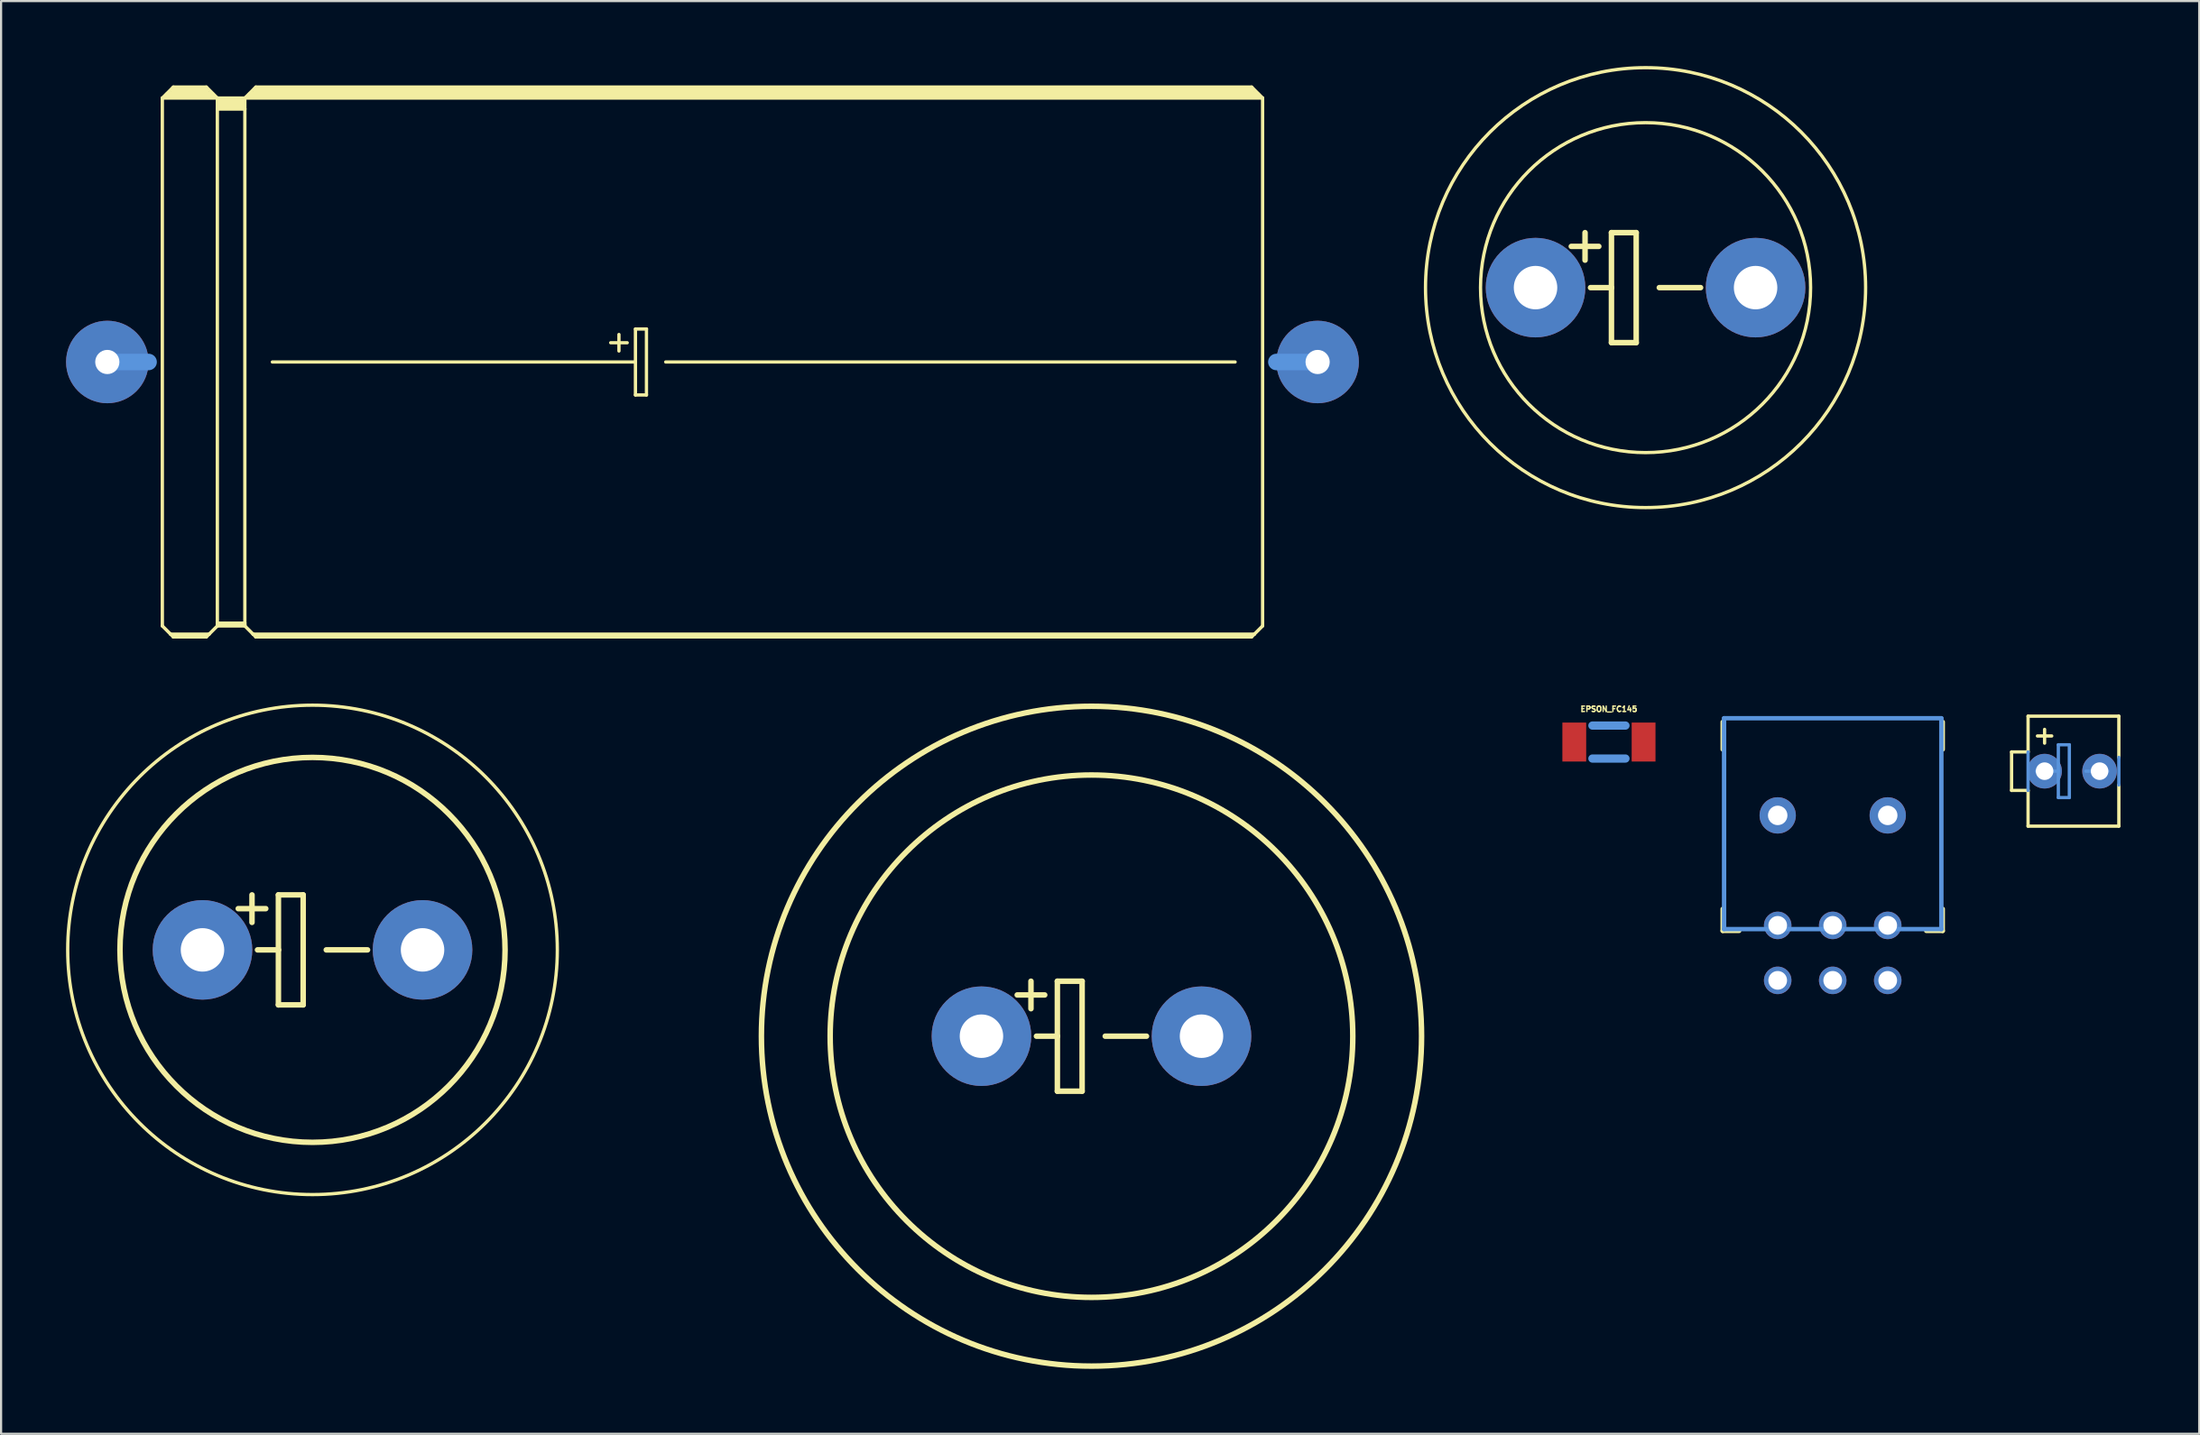
<source format=kicad_pcb>
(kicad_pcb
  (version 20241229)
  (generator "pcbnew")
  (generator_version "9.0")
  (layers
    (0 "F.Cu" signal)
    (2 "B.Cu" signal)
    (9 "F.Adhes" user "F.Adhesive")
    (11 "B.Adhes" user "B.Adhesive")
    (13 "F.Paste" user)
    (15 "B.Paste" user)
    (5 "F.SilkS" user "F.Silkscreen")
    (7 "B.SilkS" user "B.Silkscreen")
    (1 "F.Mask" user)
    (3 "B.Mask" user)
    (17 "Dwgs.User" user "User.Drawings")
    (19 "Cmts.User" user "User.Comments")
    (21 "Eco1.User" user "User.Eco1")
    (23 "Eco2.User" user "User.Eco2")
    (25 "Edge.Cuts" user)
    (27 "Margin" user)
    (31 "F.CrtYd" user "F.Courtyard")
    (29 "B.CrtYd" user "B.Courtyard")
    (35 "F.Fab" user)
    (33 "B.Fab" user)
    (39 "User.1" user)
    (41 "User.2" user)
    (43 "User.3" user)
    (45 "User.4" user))
  (footprint "EB20D"
    (layer "F.Cu")
    (at 72.926 10.236)
    (property "Reference" "EB20D" (at 11.455 -6.477 0) (layer "Eco1.User") (effects (font (size 1.778 1.778) (thickness 0.178))))
    (attr through_hole)
    (fp_line (start -2.794 -2.54) (end -2.794 -1.27) (stroke (width 0.254) (type solid)) (layer "F.SilkS"))
    (fp_line (start -2.54 0) (end -1.575 0) (stroke (width 0.254) (type solid)) (layer "F.SilkS"))
    (fp_line (start -2.159 -1.905) (end -3.429 -1.905) (stroke (width 0.254) (type solid)) (layer "F.SilkS"))
    (fp_line (start -1.575 -2.54) (end -0.432 -2.54) (stroke (width 0.254) (type solid)) (layer "F.SilkS"))
    (fp_line (start -1.575 0) (end -1.575 -2.54) (stroke (width 0.254) (type solid)) (layer "F.SilkS"))
    (fp_line (start -1.575 2.54) (end -1.575 0) (stroke (width 0.254) (type solid)) (layer "F.SilkS"))
    (fp_line (start -0.432 -2.54) (end -0.432 2.54) (stroke (width 0.254) (type solid)) (layer "F.SilkS"))
    (fp_line (start -0.432 2.54) (end -1.575 2.54) (stroke (width 0.254) (type solid)) (layer "F.SilkS"))
    (fp_line (start 0.635 0) (end 2.54 0) (stroke (width 0.254) (type solid)) (layer "F.SilkS"))
    (fp_circle (center 0 0) (end 7.62 0) (stroke (width 0.152) (type solid)) (fill no) (layer "F.SilkS"))
    (fp_circle (center 0 0) (end 10.16 0) (stroke (width 0.152) (type solid)) (fill no) (layer "F.SilkS"))
    (pad "+" thru_hole oval (at -5.08 0) (size 4.597 4.597) (drill 2.007) (layers "*.Cu" "*.Mask"))
    (pad "-" thru_hole oval (at 5.08 0) (size 4.597 4.597) (drill 2.007) (layers "*.Cu" "*.Mask")))
  (footprint "ETR1"
    (layer "F.Cu")
    (at 92.619 32.572)
    (property "Reference" "ETR1" (at 0.508 -2.159 0) (layer "Eco1.User") (effects (font (size 1.27 1.27) (thickness 0.127))))
    (attr through_hole)
    (fp_line (start -2.794 -0.889) (end -2.794 0.889) (stroke (width 0.152) (type solid)) (layer "F.SilkS"))
    (fp_line (start -2.794 0.889) (end -2.032 0.889) (stroke (width 0.152) (type solid)) (layer "F.SilkS"))
    (fp_line (start -2.032 -0.889) (end -2.794 -0.889) (stroke (width 0.152) (type solid)) (layer "F.SilkS"))
    (fp_line (start -2.032 -0.889) (end -2.032 -2.54) (stroke (width 0.152) (type solid)) (layer "F.SilkS"))
    (fp_line (start -2.032 2.54) (end -2.032 0.889) (stroke (width 0.152) (type solid)) (layer "F.SilkS"))
    (fp_line (start -2.032 2.54) (end 2.159 2.54) (stroke (width 0.152) (type solid)) (layer "F.SilkS"))
    (fp_line (start -1.27 -1.93) (end -1.27 -1.295) (stroke (width 0.152) (type solid)) (layer "F.SilkS"))
    (fp_line (start -0.94 -1.626) (end -1.6 -1.626) (stroke (width 0.152) (type solid)) (layer "F.SilkS"))
    (fp_line (start 2.159 -2.54) (end -2.032 -2.54) (stroke (width 0.152) (type solid)) (layer "F.SilkS"))
    (fp_line (start 2.159 -2.54) (end 2.159 -0.635) (stroke (width 0.152) (type solid)) (layer "F.SilkS"))
    (fp_line (start 2.159 0.635) (end 2.159 2.54) (stroke (width 0.152) (type solid)) (layer "F.SilkS"))
    (fp_line (start -2.032 0.889) (end -2.032 -0.889) (stroke (width 0.152) (type solid)) (layer "Cmts.User"))
    (fp_line (start -1.651 0) (end -0.635 0) (stroke (width 0.152) (type solid)) (layer "Cmts.User"))
    (fp_line (start -0.635 -1.219) (end -0.635 0) (stroke (width 0.152) (type solid)) (layer "Cmts.User"))
    (fp_line (start -0.635 0) (end -0.635 1.219) (stroke (width 0.152) (type solid)) (layer "Cmts.User"))
    (fp_line (start -0.635 1.219) (end -0.127 1.219) (stroke (width 0.152) (type solid)) (layer "Cmts.User"))
    (fp_line (start -0.127 -1.219) (end -0.635 -1.219) (stroke (width 0.152) (type solid)) (layer "Cmts.User"))
    (fp_line (start -0.127 1.219) (end -0.127 -1.219) (stroke (width 0.152) (type solid)) (layer "Cmts.User"))
    (fp_line (start 0.635 0) (end 1.651 0) (stroke (width 0.152) (type solid)) (layer "Cmts.User"))
    (fp_line (start 2.159 -0.635) (end 2.159 0.635) (stroke (width 0.152) (type solid)) (layer "Cmts.User"))
    (pad "+" thru_hole oval (at -1.27 0) (size 1.6 1.6) (drill 0.813) (layers "*.Cu" "*.Mask"))
    (pad "-" thru_hole oval (at 1.27 0) (size 1.6 1.6) (drill 0.813) (layers "*.Cu" "*.Mask")))
  (footprint "EPSON_FC145"
    (layer "F.Cu")
    (at 71.235 31.227)
    (property "Reference" "EPSON_FC145" (at 0 -1.524 0) (layer "F.SilkS") (effects (font (size 0.25 0.25) (thickness 0.062))))
    (attr through_hole)
    (fp_line (start -0.762 -0.762) (end 0.762 -0.762) (stroke (width 0.381) (type solid)) (layer "Cmts.User"))
    (fp_line (start -0.762 0.762) (end 0.762 0.762) (stroke (width 0.381) (type solid)) (layer "Cmts.User"))
    (pad "1" smd rect (at -1.6 0) (size 1.1 1.8) (layers "F.Cu" "F.Mask" "F.Paste"))
    (pad "2" smd rect (at 1.6 0) (size 1.1 1.8) (layers "F.Cu" "F.Mask" "F.Paste")))
  (footprint "EB22,5D"
    (layer "F.Cu")
    (at 11.379 40.827)
    (property "Reference" "EB22,5D" (at 11.963 -7.62 0) (layer "Eco1.User") (effects (font (size 1.778 1.778) (thickness 0.178))))
    (attr through_hole)
    (fp_line (start -2.794 -2.54) (end -2.794 -1.27) (stroke (width 0.254) (type solid)) (layer "F.SilkS"))
    (fp_line (start -2.54 0) (end -1.575 0) (stroke (width 0.254) (type solid)) (layer "F.SilkS"))
    (fp_line (start -2.159 -1.905) (end -3.429 -1.905) (stroke (width 0.254) (type solid)) (layer "F.SilkS"))
    (fp_line (start -1.575 -2.54) (end -0.432 -2.54) (stroke (width 0.254) (type solid)) (layer "F.SilkS"))
    (fp_line (start -1.575 0) (end -1.575 -2.54) (stroke (width 0.254) (type solid)) (layer "F.SilkS"))
    (fp_line (start -1.575 2.54) (end -1.575 0) (stroke (width 0.254) (type solid)) (layer "F.SilkS"))
    (fp_line (start -0.432 -2.54) (end -0.432 2.54) (stroke (width 0.254) (type solid)) (layer "F.SilkS"))
    (fp_line (start -0.432 2.54) (end -1.575 2.54) (stroke (width 0.254) (type solid)) (layer "F.SilkS"))
    (fp_line (start 0.635 0) (end 2.54 0) (stroke (width 0.254) (type solid)) (layer "F.SilkS"))
    (fp_circle (center 0 0) (end 8.89 0) (stroke (width 0.254) (type solid)) (fill no) (layer "F.SilkS"))
    (fp_circle (center 0 0) (end 11.303 0) (stroke (width 0.152) (type solid)) (fill no) (layer "F.SilkS"))
    (pad "+" thru_hole oval (at -5.08 0) (size 4.597 4.597) (drill 2.007) (layers "*.Cu" "*.Mask"))
    (pad "-" thru_hole oval (at 5.08 0) (size 4.597 4.597) (drill 2.007) (layers "*.Cu" "*.Mask")))
  (footprint "E55-25"
    (layer "F.Cu")
    (at 29.845 13.671)
    (property "Reference" "E55-25" (at -21.082 -12.319 0) (layer "Eco1.User") (effects (font (size 1.778 1.778) (thickness 0.178))))
    (attr through_hole)
    (fp_line (start -25.4 -12.192) (end -25.4 12.192) (stroke (width 0.152) (type solid)) (layer "F.SilkS"))
    (fp_line (start -25.4 -12.192) (end -24.892 -12.7) (stroke (width 0.152) (type solid)) (layer "F.SilkS"))
    (fp_line (start -25.4 -12.192) (end -22.86 -12.192) (stroke (width 0.152) (type solid)) (layer "F.SilkS"))
    (fp_line (start -25.4 12.192) (end -25.019 12.573) (stroke (width 0.152) (type solid)) (layer "F.SilkS"))
    (fp_line (start -25.146 -12.319) (end -23.114 -12.319) (stroke (width 0.305) (type solid)) (layer "F.SilkS"))
    (fp_line (start -25.019 12.573) (end -24.892 12.7) (stroke (width 0.152) (type solid)) (layer "F.SilkS"))
    (fp_line (start -25.019 12.573) (end -23.241 12.573) (stroke (width 0.152) (type solid)) (layer "F.SilkS"))
    (fp_line (start -24.892 -12.7) (end -23.368 -12.7) (stroke (width 0.152) (type solid)) (layer "F.SilkS"))
    (fp_line (start -24.892 -12.573) (end -23.368 -12.573) (stroke (width 0.305) (type solid)) (layer "F.SilkS"))
    (fp_line (start -24.892 12.649) (end -23.368 12.649) (stroke (width 0.152) (type solid)) (layer "F.SilkS"))
    (fp_line (start -24.892 12.7) (end -24.892 12.649) (stroke (width 0.152) (type solid)) (layer "F.SilkS"))
    (fp_line (start -24.892 12.7) (end -23.368 12.7) (stroke (width 0.152) (type solid)) (layer "F.SilkS"))
    (fp_line (start -23.368 -12.7) (end -22.86 -12.192) (stroke (width 0.152) (type solid)) (layer "F.SilkS"))
    (fp_line (start -23.368 12.7) (end -23.241 12.573) (stroke (width 0.152) (type solid)) (layer "F.SilkS"))
    (fp_line (start -23.241 12.573) (end -22.86 12.192) (stroke (width 0.152) (type solid)) (layer "F.SilkS"))
    (fp_line (start -22.86 -12.192) (end -21.59 -12.192) (stroke (width 0.152) (type solid)) (layer "F.SilkS"))
    (fp_line (start -22.86 -11.684) (end -22.86 -12.192) (stroke (width 0.152) (type solid)) (layer "F.SilkS"))
    (fp_line (start -22.86 -11.684) (end -21.59 -11.684) (stroke (width 0.152) (type solid)) (layer "F.SilkS"))
    (fp_line (start -22.86 12.065) (end -22.86 -11.684) (stroke (width 0.152) (type solid)) (layer "F.SilkS"))
    (fp_line (start -22.86 12.065) (end -21.59 12.065) (stroke (width 0.152) (type solid)) (layer "F.SilkS"))
    (fp_line (start -22.86 12.141) (end -22.86 12.065) (stroke (width 0.152) (type solid)) (layer "F.SilkS"))
    (fp_line (start -22.86 12.141) (end -21.59 12.141) (stroke (width 0.152) (type solid)) (layer "F.SilkS"))
    (fp_line (start -22.86 12.192) (end -22.86 12.141) (stroke (width 0.152) (type solid)) (layer "F.SilkS"))
    (fp_line (start -22.86 12.192) (end -21.59 12.192) (stroke (width 0.152) (type solid)) (layer "F.SilkS"))
    (fp_line (start -22.733 -12.065) (end -21.717 -12.065) (stroke (width 0.305) (type solid)) (layer "F.SilkS"))
    (fp_line (start -22.733 -11.811) (end -21.717 -11.811) (stroke (width 0.305) (type solid)) (layer "F.SilkS"))
    (fp_line (start -21.59 -12.192) (end -21.082 -12.7) (stroke (width 0.152) (type solid)) (layer "F.SilkS"))
    (fp_line (start -21.59 -12.192) (end 25.4 -12.192) (stroke (width 0.152) (type solid)) (layer "F.SilkS"))
    (fp_line (start -21.59 -11.684) (end -21.59 -12.192) (stroke (width 0.152) (type solid)) (layer "F.SilkS"))
    (fp_line (start -21.59 12.065) (end -21.59 -11.684) (stroke (width 0.152) (type solid)) (layer "F.SilkS"))
    (fp_line (start -21.59 12.141) (end -21.59 12.065) (stroke (width 0.152) (type solid)) (layer "F.SilkS"))
    (fp_line (start -21.59 12.192) (end -21.59 12.141) (stroke (width 0.152) (type solid)) (layer "F.SilkS"))
    (fp_line (start -21.59 12.192) (end -21.209 12.573) (stroke (width 0.152) (type solid)) (layer "F.SilkS"))
    (fp_line (start -21.336 -12.319) (end 25.146 -12.319) (stroke (width 0.305) (type solid)) (layer "F.SilkS"))
    (fp_line (start -21.209 12.573) (end -21.082 12.7) (stroke (width 0.152) (type solid)) (layer "F.SilkS"))
    (fp_line (start -21.209 12.573) (end 25.019 12.573) (stroke (width 0.152) (type solid)) (layer "F.SilkS"))
    (fp_line (start -21.082 -12.7) (end 24.892 -12.7) (stroke (width 0.152) (type solid)) (layer "F.SilkS"))
    (fp_line (start -21.082 -12.573) (end 24.892 -12.573) (stroke (width 0.305) (type solid)) (layer "F.SilkS"))
    (fp_line (start -21.082 12.649) (end 24.892 12.649) (stroke (width 0.152) (type solid)) (layer "F.SilkS"))
    (fp_line (start -21.082 12.7) (end -21.082 12.649) (stroke (width 0.152) (type solid)) (layer "F.SilkS"))
    (fp_line (start -21.082 12.7) (end 24.892 12.7) (stroke (width 0.152) (type solid)) (layer "F.SilkS"))
    (fp_line (start -20.32 0) (end -3.556 0) (stroke (width 0.152) (type solid)) (layer "F.SilkS"))
    (fp_line (start -4.699 -0.889) (end -3.937 -0.889) (stroke (width 0.152) (type solid)) (layer "F.SilkS"))
    (fp_line (start -4.318 -1.27) (end -4.318 -0.508) (stroke (width 0.152) (type solid)) (layer "F.SilkS"))
    (fp_line (start -3.556 -1.524) (end -3.556 0) (stroke (width 0.152) (type solid)) (layer "F.SilkS"))
    (fp_line (start -3.556 0) (end -3.556 1.524) (stroke (width 0.152) (type solid)) (layer "F.SilkS"))
    (fp_line (start -3.556 1.524) (end -3.048 1.524) (stroke (width 0.152) (type solid)) (layer "F.SilkS"))
    (fp_line (start -3.048 -1.524) (end -3.556 -1.524) (stroke (width 0.152) (type solid)) (layer "F.SilkS"))
    (fp_line (start -3.048 1.524) (end -3.048 -1.524) (stroke (width 0.152) (type solid)) (layer "F.SilkS"))
    (fp_line (start -2.159 0) (end 24.13 0) (stroke (width 0.152) (type solid)) (layer "F.SilkS"))
    (fp_line (start 24.892 -12.7) (end 25.4 -12.192) (stroke (width 0.152) (type solid)) (layer "F.SilkS"))
    (fp_line (start 24.892 12.7) (end 25.019 12.573) (stroke (width 0.152) (type solid)) (layer "F.SilkS"))
    (fp_line (start 25.019 12.573) (end 25.4 12.192) (stroke (width 0.152) (type solid)) (layer "F.SilkS"))
    (fp_line (start 25.4 -12.192) (end 25.4 12.192) (stroke (width 0.152) (type solid)) (layer "F.SilkS"))
    (fp_line (start -27.94 0) (end -26.035 0) (stroke (width 0.762) (type solid)) (layer "Cmts.User"))
    (fp_line (start 27.94 0) (end 26.035 0) (stroke (width 0.762) (type solid)) (layer "Cmts.User"))
    (pad "+" thru_hole oval (at -27.94 0) (size 3.81 3.81) (drill 1.118) (layers "*.Cu" "*.Mask"))
    (pad "-" thru_hole oval (at 27.94 0) (size 3.81 3.81) (drill 1.118) (layers "*.Cu" "*.Mask")))
  (footprint "ES"
    (layer "F.Cu")
    (at 81.567 42.235)
    (property "Reference" "ES" (at -2.997 -12.497 0) (layer "Eco1.User") (effects (font (size 0.406 0.406) (thickness 0.03))))
    (attr through_hole)
    (fp_line (start -5.08 -10.668) (end -5.08 -11.938) (stroke (width 0.203) (type solid)) (layer "F.SilkS"))
    (fp_line (start -5.08 -2.286) (end -5.08 -3.302) (stroke (width 0.203) (type solid)) (layer "F.SilkS"))
    (fp_line (start -4.318 -2.286) (end -5.08 -2.286) (stroke (width 0.203) (type solid)) (layer "F.SilkS"))
    (fp_line (start 4.318 -2.286) (end 5.08 -2.286) (stroke (width 0.203) (type solid)) (layer "F.SilkS"))
    (fp_line (start 5.08 -10.668) (end 5.08 -11.938) (stroke (width 0.203) (type solid)) (layer "F.SilkS"))
    (fp_line (start 5.08 -2.286) (end 5.08 -3.302) (stroke (width 0.203) (type solid)) (layer "F.SilkS"))
    (fp_line (start -5.016 -12.108) (end 5.016 -12.108) (stroke (width 0.203) (type solid)) (layer "Cmts.User"))
    (fp_line (start -5.016 -2.367) (end -5.016 -12.108) (stroke (width 0.203) (type solid)) (layer "Cmts.User"))
    (fp_line (start 5.016 -12.108) (end 5.016 -2.367) (stroke (width 0.203) (type solid)) (layer "Cmts.User"))
    (fp_line (start 5.016 -2.367) (end -5.016 -2.367) (stroke (width 0.203) (type solid)) (layer "Cmts.User"))
    (pad "1" thru_hole oval (at 2.54 -2.54) (size 1.27 1.27) (drill 0.864) (layers "*.Cu" "*.Mask"))
    (pad "2" thru_hole oval (at 0 -2.54) (size 1.27 1.27) (drill 0.864) (layers "*.Cu" "*.Mask"))
    (pad "3" thru_hole oval (at -2.54 -2.54) (size 1.27 1.27) (drill 0.864) (layers "*.Cu" "*.Mask"))
    (pad "4" thru_hole oval (at 2.54 0) (size 1.27 1.27) (drill 0.864) (layers "*.Cu" "*.Mask"))
    (pad "5" thru_hole oval (at 0 0) (size 1.27 1.27) (drill 0.864) (layers "*.Cu" "*.Mask"))
    (pad "6" thru_hole oval (at -2.54 0) (size 1.27 1.27) (drill 0.864) (layers "*.Cu" "*.Mask"))
    (pad "NC@1" thru_hole oval (at -2.54 -7.62) (size 1.676 1.676) (drill 0.899) (layers "*.Cu" "*.Mask"))
    (pad "NC@2" thru_hole oval (at 2.54 -7.62) (size 1.676 1.676) (drill 0.899) (layers "*.Cu" "*.Mask")))
  (footprint "EB30D"
    (layer "F.Cu")
    (at 47.344 44.814)
    (property "Reference" "EB30D" (at 14.376 -11.049 0) (layer "Eco1.User") (effects (font (size 1.778 1.778) (thickness 0.178))))
    (attr through_hole)
    (fp_line (start -2.794 -2.54) (end -2.794 -1.27) (stroke (width 0.254) (type solid)) (layer "F.SilkS"))
    (fp_line (start -2.54 0) (end -1.575 0) (stroke (width 0.254) (type solid)) (layer "F.SilkS"))
    (fp_line (start -2.159 -1.905) (end -3.429 -1.905) (stroke (width 0.254) (type solid)) (layer "F.SilkS"))
    (fp_line (start -1.575 -2.54) (end -0.432 -2.54) (stroke (width 0.254) (type solid)) (layer "F.SilkS"))
    (fp_line (start -1.575 0) (end -1.575 -2.54) (stroke (width 0.254) (type solid)) (layer "F.SilkS"))
    (fp_line (start -1.575 2.54) (end -1.575 0) (stroke (width 0.254) (type solid)) (layer "F.SilkS"))
    (fp_line (start -0.432 -2.54) (end -0.432 2.54) (stroke (width 0.254) (type solid)) (layer "F.SilkS"))
    (fp_line (start -0.432 2.54) (end -1.575 2.54) (stroke (width 0.254) (type solid)) (layer "F.SilkS"))
    (fp_line (start 0.635 0) (end 2.54 0) (stroke (width 0.254) (type solid)) (layer "F.SilkS"))
    (fp_circle (center 0 0) (end 12.065 0) (stroke (width 0.254) (type solid)) (fill no) (layer "F.SilkS"))
    (fp_circle (center 0 0) (end 15.24 0) (stroke (width 0.254) (type solid)) (fill no) (layer "F.SilkS"))
    (pad "+" thru_hole oval (at -5.08 0) (size 4.597 4.597) (drill 2.007) (layers "*.Cu" "*.Mask"))
    (pad "-" thru_hole oval (at 5.08 0) (size 4.597 4.597) (drill 2.007) (layers "*.Cu" "*.Mask")))
  (gr_rect
    (start -3 -3)
    (end 98.488 63.181)
    (stroke (width 0.1) (type default))
    (fill no)
    (layer "Edge.Cuts")))
</source>
